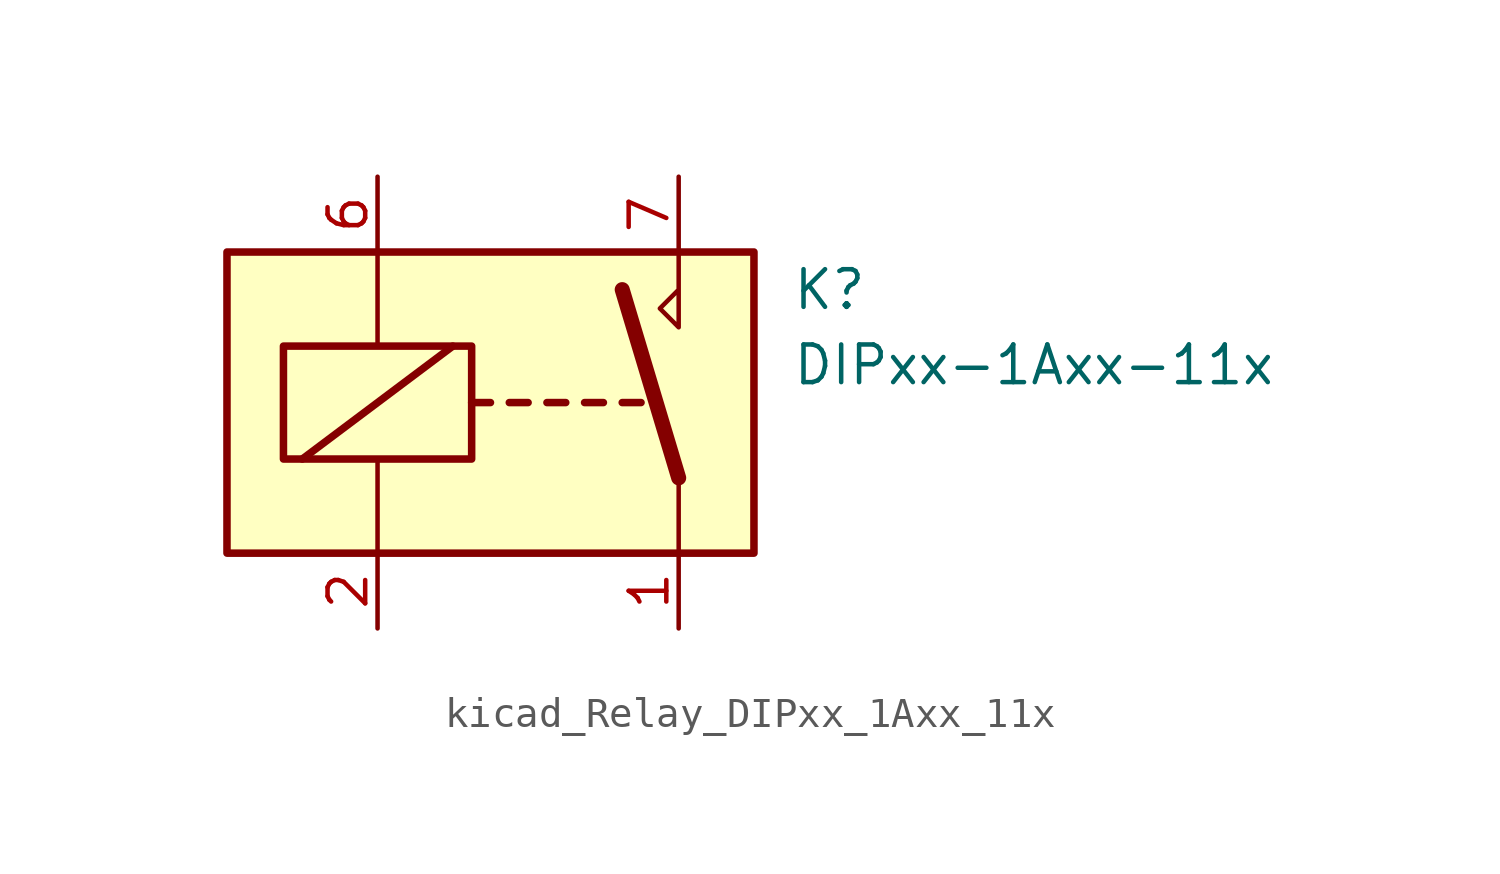
<source format=kicad_sym>
(kicad_symbol_lib
  (version 20220914)
  (generator kicad_symbol_editor)
  (symbol "kicad_Relay_DIPxx_1Axx_11x"
    (property "Reference" "K"
      (at 8.89 3.81 0)
      (effects (font (size 1.27 1.27)) (justify left)))
    (property "Value" "DIPxx-1Axx-11x"
      (at 8.89 1.27 0)
      (effects (font (size 1.27 1.27)) (justify left)))
    (symbol "kicad_Relay_DIPxx_1Axx_11x_0_0"
      (polyline (pts (xy 5.08 5.08) (xy 5.08 2.54) (xy 4.445 3.175) (xy 5.08 3.81)) (stroke (width 0) (type default)) (fill (type none))))
    (symbol "kicad_Relay_DIPxx_1Axx_11x_0_1"
      (rectangle (start -10.16 5.08) (end 7.62 -5.08) (stroke (width 0.254) (type default)) (fill (type background)))
      (rectangle (start -8.255 1.905) (end -1.905 -1.905) (stroke (width 0.254) (type default)) (fill (type none)))
      (polyline (pts (xy -7.62 -1.905) (xy -2.54 1.905)) (stroke (width 0.254) (type default)) (fill (type none)))
      (polyline (pts (xy -5.08 -5.08) (xy -5.08 -1.905)) (stroke (width 0) (type default)) (fill (type none)))
      (polyline (pts (xy -5.08 5.08) (xy -5.08 1.905)) (stroke (width 0) (type default)) (fill (type none)))
      (polyline (pts (xy -1.905 0) (xy -1.27 0)) (stroke (width 0.254) (type default)) (fill (type none)))
      (polyline (pts (xy -0.635 0) (xy 0 0)) (stroke (width 0.254) (type default)) (fill (type none)))
      (polyline (pts (xy 0.635 0) (xy 1.27 0)) (stroke (width 0.254) (type default)) (fill (type none)))
      (polyline (pts (xy 1.905 0) (xy 2.54 0)) (stroke (width 0.254) (type default)) (fill (type none)))
      (polyline (pts (xy 3.175 0) (xy 3.81 0)) (stroke (width 0.254) (type default)) (fill (type none)))
      (polyline (pts (xy 5.08 -2.54) (xy 3.175 3.81)) (stroke (width 0.508) (type default)) (fill (type none)))
      (polyline (pts (xy 5.08 -2.54) (xy 5.08 -5.08)) (stroke (width 0) (type default)) (fill (type none))))
    (symbol "kicad_Relay_DIPxx_1Axx_11x_1_1"
      (pin passive line (at 5.08 -7.62 90) (length 2.54) (name "~" (effects (font (size 1.27 1.27)))) (number "1" (effects (font (size 1.27 1.27)))))
      (pin passive line (at 5.08 -7.62 90) (length 2.54) hide (name "~" (effects (font (size 1.27 1.27)))) (number "14" (effects (font (size 1.27 1.27)))))
      (pin passive line (at -5.08 -7.62 90) (length 2.54) (name "~" (effects (font (size 1.27 1.27)))) (number "2" (effects (font (size 1.27 1.27)))))
      (pin passive line (at -5.08 7.62 270) (length 2.54) (name "~" (effects (font (size 1.27 1.27)))) (number "6" (effects (font (size 1.27 1.27)))))
      (pin passive line (at 5.08 7.62 270) (length 2.54) (name "~" (effects (font (size 1.27 1.27)))) (number "7" (effects (font (size 1.27 1.27)))))
      (pin passive line (at 5.08 7.62 270) (length 2.54) hide (name "~" (effects (font (size 1.27 1.27)))) (number "8" (effects (font (size 1.27 1.27))))))))
</source>
